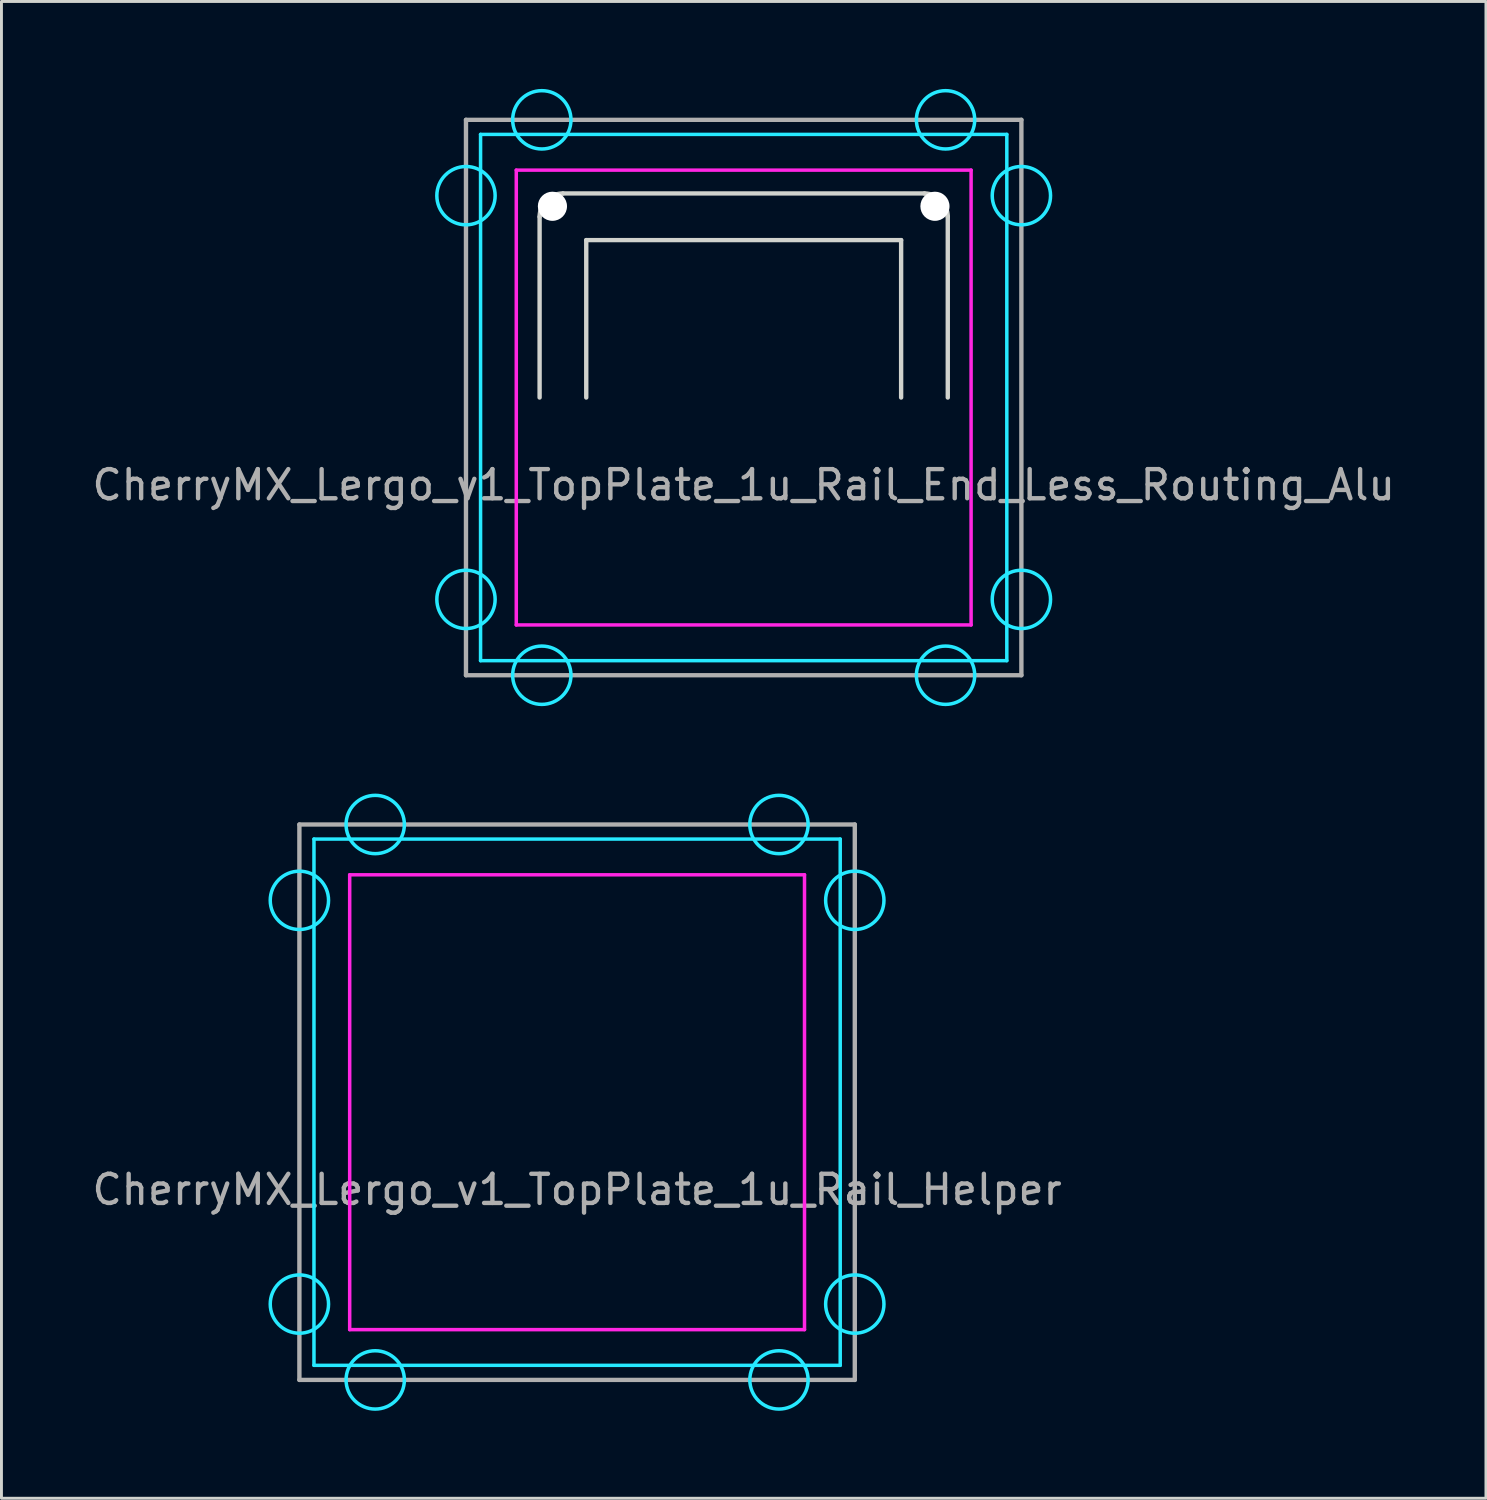
<source format=kicad_pcb>
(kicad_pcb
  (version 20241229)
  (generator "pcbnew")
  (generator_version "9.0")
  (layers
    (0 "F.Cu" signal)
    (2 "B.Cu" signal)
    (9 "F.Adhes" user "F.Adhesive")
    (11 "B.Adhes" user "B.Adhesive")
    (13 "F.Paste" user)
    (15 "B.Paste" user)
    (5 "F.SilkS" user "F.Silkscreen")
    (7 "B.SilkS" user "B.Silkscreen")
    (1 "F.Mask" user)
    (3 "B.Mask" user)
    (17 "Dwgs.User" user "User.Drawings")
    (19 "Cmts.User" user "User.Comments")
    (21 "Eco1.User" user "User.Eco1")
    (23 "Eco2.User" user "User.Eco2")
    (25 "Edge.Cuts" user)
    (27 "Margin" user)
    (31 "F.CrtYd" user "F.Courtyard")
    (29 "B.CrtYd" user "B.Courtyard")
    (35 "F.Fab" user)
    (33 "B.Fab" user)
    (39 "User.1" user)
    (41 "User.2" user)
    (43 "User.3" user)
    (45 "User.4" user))
  (footprint "CherryMX_Lergo_v1_TopPlate_1u_Rail_Helper"
    (layer "F.Cu")
    (at 16.744 34.755)
    (property "Reference" "CherryMX_Lergo_v1_TopPlate_1u_Rail_Helper" (at 0 3 0) (layer "F.Fab") (effects (font (size 1 1) (thickness 0.15))))
    (attr through_hole)
    (fp_line (start -7 -7) (end 7 -7) (stroke (width 0.05) (type solid)) (layer "Eco2.User"))
    (fp_line (start -7 7) (end -7 -7) (stroke (width 0.05) (type solid)) (layer "Eco2.User"))
    (fp_line (start 0 7) (end 0 7.4) (stroke (width 0.05) (type solid)) (layer "Eco2.User"))
    (fp_line (start 7 -7) (end 7 7) (stroke (width 0.05) (type solid)) (layer "Eco2.User"))
    (fp_line (start 7 7) (end -7 7) (stroke (width 0.05) (type solid)) (layer "Eco2.User"))
    (fp_circle (center -6.7 -6.7) (end -6.4 -6.7) (stroke (width 0.05) (type solid)) (fill no) (layer "Eco2.User"))
    (fp_circle (center -6.7 6.7) (end -6.4 6.7) (stroke (width 0.05) (type solid)) (fill no) (layer "Eco2.User"))
    (fp_circle (center 6.7 -6.7) (end 7 -6.7) (stroke (width 0.05) (type solid)) (fill no) (layer "Eco2.User"))
    (fp_circle (center 6.7 6.7) (end 7 6.7) (stroke (width 0.05) (type solid)) (fill no) (layer "Eco2.User"))
    (fp_line (start -9.025 -9.025) (end 9.025 -9.025) (stroke (width 0.12) (type solid)) (layer "B.CrtYd"))
    (fp_line (start -9.025 9.025) (end -9.025 -9.025) (stroke (width 0.12) (type solid)) (layer "B.CrtYd"))
    (fp_line (start 9.025 -9.025) (end 9.025 9.025) (stroke (width 0.12) (type solid)) (layer "B.CrtYd"))
    (fp_line (start 9.025 9.025) (end -9.025 9.025) (stroke (width 0.12) (type solid)) (layer "B.CrtYd"))
    (fp_circle (center -9.525 -6.924) (end -9.525 -7.924) (stroke (width 0.12) (type solid)) (fill no) (layer "B.CrtYd"))
    (fp_circle (center -9.525 6.924) (end -9.525 5.924) (stroke (width 0.12) (type solid)) (fill no) (layer "B.CrtYd"))
    (fp_circle (center -6.924 -9.525) (end -5.924 -9.525) (stroke (width 0.12) (type solid)) (fill no) (layer "B.CrtYd"))
    (fp_circle (center -6.924 9.525) (end -5.924 9.525) (stroke (width 0.12) (type solid)) (fill no) (layer "B.CrtYd"))
    (fp_circle (center 6.924 -9.525) (end 7.924 -9.525) (stroke (width 0.12) (type solid)) (fill no) (layer "B.CrtYd"))
    (fp_circle (center 6.924 9.525) (end 7.924 9.525) (stroke (width 0.12) (type solid)) (fill no) (layer "B.CrtYd"))
    (fp_circle (center 9.525 -6.924) (end 9.525 -7.924) (stroke (width 0.12) (type solid)) (fill no) (layer "B.CrtYd"))
    (fp_circle (center 9.525 6.924) (end 9.525 5.924) (stroke (width 0.12) (type solid)) (fill no) (layer "B.CrtYd"))
    (fp_line (start -7.8 -7.8) (end 7.8 -7.8) (stroke (width 0.12) (type solid)) (layer "F.CrtYd"))
    (fp_line (start -7.8 7.8) (end -7.8 -7.8) (stroke (width 0.12) (type solid)) (layer "F.CrtYd"))
    (fp_line (start 7.8 -7.8) (end 7.8 7.8) (stroke (width 0.12) (type solid)) (layer "F.CrtYd"))
    (fp_line (start 7.8 7.8) (end -7.8 7.8) (stroke (width 0.12) (type solid)) (layer "F.CrtYd"))
    (fp_line (start -9.525 -9.525) (end -9.525 9.525) (stroke (width 0.15) (type solid)) (layer "F.Fab"))
    (fp_line (start -9.525 9.525) (end 9.525 9.525) (stroke (width 0.15) (type solid)) (layer "F.Fab"))
    (fp_line (start 9.525 -9.525) (end -9.525 -9.525) (stroke (width 0.15) (type solid)) (layer "F.Fab"))
    (fp_line (start 9.525 9.525) (end 9.525 -9.525) (stroke (width 0.15) (type solid)) (layer "F.Fab")))
  (footprint "CherryMX_Lergo_v1_TopPlate_1u_Rail_End_Less_Routing_Alu"
    (layer "F.Cu")
    (at 22.458 10.585)
    (property "Reference" "CherryMX_Lergo_v1_TopPlate_1u_Rail_End_Less_Routing_Alu" (at 0 3 0) (layer "F.Fab") (effects (font (size 1 1) (thickness 0.15))))
    (attr through_hole)
    (fp_line (start -7 -7) (end 7 -7) (stroke (width 0.05) (type solid)) (layer "Eco2.User"))
    (fp_line (start -7 7) (end -7 -7) (stroke (width 0.05) (type solid)) (layer "Eco2.User"))
    (fp_line (start 0 7) (end 0 7.5) (stroke (width 0.05) (type solid)) (layer "Eco2.User"))
    (fp_line (start 7 -7) (end 7 7) (stroke (width 0.05) (type solid)) (layer "Eco2.User"))
    (fp_line (start 7 7) (end -7 7) (stroke (width 0.05) (type solid)) (layer "Eco2.User"))
    (fp_circle (center -6.7 -6.7) (end -6.4 -6.7) (stroke (width 0.05) (type solid)) (fill no) (layer "Eco2.User"))
    (fp_circle (center -6.7 6.7) (end -6.4 6.7) (stroke (width 0.05) (type solid)) (fill no) (layer "Eco2.User"))
    (fp_circle (center 6.7 -6.7) (end 7 -6.7) (stroke (width 0.05) (type solid)) (fill no) (layer "Eco2.User"))
    (fp_circle (center 6.7 6.7) (end 7 6.7) (stroke (width 0.05) (type solid)) (fill no) (layer "Eco2.User"))
    (fp_line (start -7 -6.2) (end -7 0) (stroke (width 0.15) (type solid)) (layer "Edge.Cuts"))
    (fp_line (start -5.4 -5.4) (end -5.4 0) (stroke (width 0.15) (type solid)) (layer "Edge.Cuts"))
    (fp_line (start 5.4 -5.4) (end -5.4 -5.4) (stroke (width 0.15) (type solid)) (layer "Edge.Cuts"))
    (fp_line (start 5.4 0) (end 5.4 -5.4) (stroke (width 0.15) (type solid)) (layer "Edge.Cuts"))
    (fp_line (start 6.2 -7) (end -6.2 -7) (stroke (width 0.15) (type solid)) (layer "Edge.Cuts"))
    (fp_line (start 7 0) (end 7 -6.2) (stroke (width 0.15) (type solid)) (layer "Edge.Cuts"))
    (fp_arc (start -7 -6.2) (mid -6.765685 -6.765685) (end -6.2 -7) (stroke (width 0.15) (type solid)) (layer "Edge.Cuts"))
    (fp_arc (start 6.2 -7) (mid 6.765685 -6.765685) (end 7 -6.2) (stroke (width 0.15) (type solid)) (layer "Edge.Cuts"))
    (fp_line (start -9.025 -9.025) (end 9.025 -9.025) (stroke (width 0.12) (type solid)) (layer "B.CrtYd"))
    (fp_line (start -9.025 9.025) (end -9.025 -9.025) (stroke (width 0.12) (type solid)) (layer "B.CrtYd"))
    (fp_line (start 9.025 -9.025) (end 9.025 9.025) (stroke (width 0.12) (type solid)) (layer "B.CrtYd"))
    (fp_line (start 9.025 9.025) (end -9.025 9.025) (stroke (width 0.12) (type solid)) (layer "B.CrtYd"))
    (fp_circle (center -9.525 -6.924) (end -9.525 -7.924) (stroke (width 0.12) (type solid)) (fill no) (layer "B.CrtYd"))
    (fp_circle (center -9.525 6.924) (end -9.525 5.924) (stroke (width 0.12) (type solid)) (fill no) (layer "B.CrtYd"))
    (fp_circle (center -6.924 -9.525) (end -5.924 -9.525) (stroke (width 0.12) (type solid)) (fill no) (layer "B.CrtYd"))
    (fp_circle (center -6.924 9.525) (end -5.924 9.525) (stroke (width 0.12) (type solid)) (fill no) (layer "B.CrtYd"))
    (fp_circle (center 6.924 -9.525) (end 7.924 -9.525) (stroke (width 0.12) (type solid)) (fill no) (layer "B.CrtYd"))
    (fp_circle (center 6.924 9.525) (end 7.924 9.525) (stroke (width 0.12) (type solid)) (fill no) (layer "B.CrtYd"))
    (fp_circle (center 9.525 -6.924) (end 9.525 -7.924) (stroke (width 0.12) (type solid)) (fill no) (layer "B.CrtYd"))
    (fp_circle (center 9.525 6.924) (end 9.525 5.924) (stroke (width 0.12) (type solid)) (fill no) (layer "B.CrtYd"))
    (fp_line (start -7.8 -7.8) (end 7.8 -7.8) (stroke (width 0.12) (type solid)) (layer "F.CrtYd"))
    (fp_line (start -7.8 7.8) (end -7.8 -7.8) (stroke (width 0.12) (type solid)) (layer "F.CrtYd"))
    (fp_line (start 7.8 -7.8) (end 7.8 7.8) (stroke (width 0.12) (type solid)) (layer "F.CrtYd"))
    (fp_line (start 7.8 7.8) (end -7.8 7.8) (stroke (width 0.12) (type solid)) (layer "F.CrtYd"))
    (fp_line (start -9.525 -9.525) (end -9.525 9.525) (stroke (width 0.15) (type solid)) (layer "F.Fab"))
    (fp_line (start -9.525 9.525) (end 9.525 9.525) (stroke (width 0.15) (type solid)) (layer "F.Fab"))
    (fp_line (start 9.525 -9.525) (end -9.525 -9.525) (stroke (width 0.15) (type solid)) (layer "F.Fab"))
    (fp_line (start 9.525 9.525) (end 9.525 -9.525) (stroke (width 0.15) (type solid)) (layer "F.Fab"))
    (pad "" np_thru_hole circle (at -6.56 -6.56) (size 1 1) (drill 1) (layers "*.Cu"))
    (pad "" np_thru_hole circle (at 6.56 -6.56) (size 1 1) (drill 1) (layers "*.Cu")))
  (gr_rect
    (start -3 -3)
    (end 47.917 48.34)
    (stroke (width 0.1) (type default))
    (fill no)
    (layer "Edge.Cuts")))
</source>
